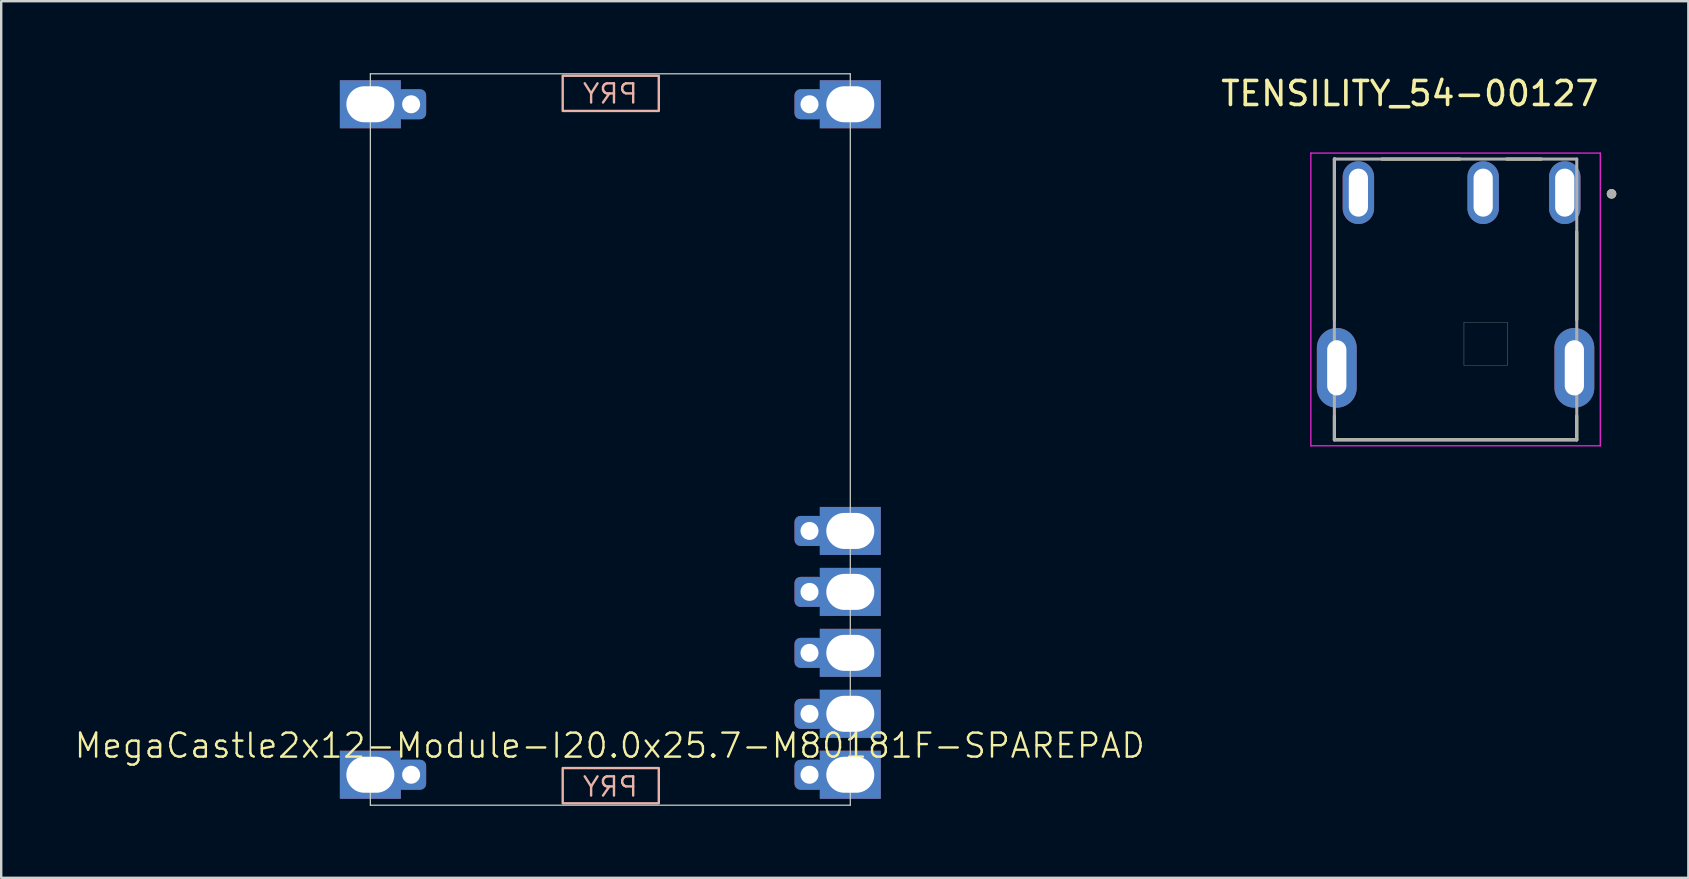
<source format=kicad_pcb>
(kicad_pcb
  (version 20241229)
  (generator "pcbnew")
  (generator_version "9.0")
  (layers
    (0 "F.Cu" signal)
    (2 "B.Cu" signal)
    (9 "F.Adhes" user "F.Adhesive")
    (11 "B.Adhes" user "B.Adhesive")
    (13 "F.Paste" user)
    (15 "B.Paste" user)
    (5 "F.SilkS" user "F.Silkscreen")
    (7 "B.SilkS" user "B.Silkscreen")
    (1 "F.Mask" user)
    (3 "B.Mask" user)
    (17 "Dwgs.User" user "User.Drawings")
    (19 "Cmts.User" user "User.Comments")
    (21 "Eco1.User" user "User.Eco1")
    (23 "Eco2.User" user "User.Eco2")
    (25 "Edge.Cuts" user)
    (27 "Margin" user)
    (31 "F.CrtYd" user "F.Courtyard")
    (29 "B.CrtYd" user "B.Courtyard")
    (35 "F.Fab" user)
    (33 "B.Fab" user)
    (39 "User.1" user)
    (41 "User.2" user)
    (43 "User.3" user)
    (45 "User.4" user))
  (footprint "MegaCastle2x12-Module-I20.0x25.7-M80181F-SPAREPAD"
    (layer "F.Cu")
    (at 22.383 15.265)
    (property "Reference" "MegaCastle2x12-Module-I20.0x25.7-M80181F-SPAREPAD" (at -0.023 12.757 0) (unlocked yes) (layer "F.SilkS") (effects (font (size 1 1) (thickness 0.1))))
    (attr smd)
    (fp_rect (start -1.984 -13.691) (end 2.02 -15.16) (stroke (width 0.1) (type default)) (fill no) (layer "B.SilkS"))
    (fp_rect (start -1.984 13.691) (end 2.02 15.16) (stroke (width 0.1) (type default)) (fill no) (layer "B.SilkS"))
    (fp_line (start -10 -15.24) (end -10 15.24) (stroke (width 0.05) (type default)) (layer "Edge.Cuts"))
    (fp_line (start -10 -15.24) (end 10 -15.24) (stroke (width 0.05) (type default)) (layer "Edge.Cuts"))
    (fp_line (start -10 15.24) (end 10 15.24) (stroke (width 0.05) (type default)) (layer "Edge.Cuts"))
    (fp_line (start 10 -15.24) (end 10 15.24) (stroke (width 0.05) (type default)) (layer "Edge.Cuts"))
    (fp_text user "PRY" (at 0 -13.94 0) (unlocked yes) (layer "B.SilkS") (effects (font (size 0.8 0.8) (thickness 0.1)) (justify bottom mirror)))
    (fp_text user "PRY" (at 0 14.94 0) (unlocked yes) (layer "B.SilkS") (effects (font (size 0.8 0.8) (thickness 0.1)) (justify bottom mirror)))
    (pad "1" thru_hole rect (at -10 -13.97) (size 2.54 2) (drill oval 2 1.5) (property pad_prop_castellated) (layers "*.Cu" "*.Mask"))
    (pad "1" thru_hole roundrect (at -8.3 -13.97 180) (size 1.25 1.25) (drill 0.75) (layers "*.Cu" "*.Mask") (roundrect_rratio 0.2))
    (pad "12" thru_hole rect (at -10 13.97) (size 2.54 2) (drill oval 2 1.5) (property pad_prop_castellated) (layers "*.Cu" "*.Mask"))
    (pad "12" thru_hole roundrect (at -8.3 13.97 180) (size 1.25 1.25) (drill 0.75) (layers "*.Cu" "*.Mask") (roundrect_rratio 0.2))
    (pad "13" thru_hole roundrect (at 8.3 -13.97 180) (size 1.25 1.25) (drill 0.75) (layers "*.Cu" "*.Mask") (roundrect_rratio 0.2))
    (pad "13" thru_hole rect (at 10 -13.97) (size 2.54 2) (drill oval 2 1.5) (property pad_prop_castellated) (layers "*.Cu" "*.Mask"))
    (pad "20" thru_hole roundrect (at 8.3 3.81 180) (size 1.25 1.25) (drill 0.75) (layers "*.Cu" "*.Mask") (roundrect_rratio 0.2))
    (pad "20" thru_hole rect (at 10 3.81) (size 2.54 2) (drill oval 2 1.5) (property pad_prop_castellated) (layers "*.Cu" "*.Mask"))
    (pad "21" thru_hole roundrect (at 8.3 6.35 180) (size 1.25 1.25) (drill 0.75) (layers "*.Cu" "*.Mask") (roundrect_rratio 0.2))
    (pad "21" thru_hole rect (at 10 6.35) (size 2.54 2) (drill oval 2 1.5) (property pad_prop_castellated) (layers "*.Cu" "*.Mask"))
    (pad "22" thru_hole roundrect (at 8.3 8.89 180) (size 1.25 1.25) (drill 0.75) (layers "*.Cu" "*.Mask") (roundrect_rratio 0.2))
    (pad "22" thru_hole rect (at 10 8.89) (size 2.54 2) (drill oval 2 1.5) (property pad_prop_castellated) (layers "*.Cu" "*.Mask"))
    (pad "23" thru_hole roundrect (at 8.3 11.43 180) (size 1.25 1.25) (drill 0.75) (layers "*.Cu" "*.Mask") (roundrect_rratio 0.2))
    (pad "23" thru_hole rect (at 10 11.43) (size 2.54 2) (drill oval 2 1.5) (property pad_prop_castellated) (layers "*.Cu" "*.Mask"))
    (pad "24" thru_hole roundrect (at 8.3 13.97 180) (size 1.25 1.25) (drill 0.75) (layers "*.Cu" "*.Mask") (roundrect_rratio 0.2))
    (pad "24" thru_hole rect (at 10 13.97) (size 2.54 2) (drill oval 2 1.5) (property pad_prop_castellated) (layers "*.Cu" "*.Mask"))
    (zone (net_name "") (layer "B.Cu") (hatch edge 0.5) (connect_pads) (min_thickness 0.25) (filled_areas_thickness no) (keepout (tracks allowed) (vias allowed) (pads allowed) (copperpour allowed) (footprints not_allowed)) (placement (enabled no)) (fill) (polygon (pts (xy 12.383 0.025) (xy 12.383 2.425) (xy 32.383 2.425) (xy 32.383 0.025))))
    (zone (net_name "") (layer "B.Cu") (hatch edge 0.5) (connect_pads) (min_thickness 0.25) (filled_areas_thickness no) (keepout (tracks allowed) (vias allowed) (pads allowed) (copperpour allowed) (footprints not_allowed)) (placement (enabled no)) (fill) (polygon (pts (xy 12.383 30.505) (xy 12.383 28.105) (xy 32.383 28.105) (xy 32.383 30.505))))
    (zone (net_name "") (layer "B.Cu") (name "Upper Pry Zone") (hatch edge 0.5) (connect_pads) (min_thickness 0.25) (filled_areas_thickness no) (keepout (tracks not_allowed) (vias not_allowed) (pads not_allowed) (copperpour allowed) (footprints not_allowed)) (placement (enabled no)) (fill) (polygon (pts (xy 20.398 1.574) (xy 20.398 0.105) (xy 24.402 0.105) (xy 24.402 1.574))))
    (zone (net_name "") (layer "B.Cu") (name "Upper Pry Zone") (hatch edge 0.5) (connect_pads) (min_thickness 0.25) (filled_areas_thickness no) (keepout (tracks not_allowed) (vias not_allowed) (pads not_allowed) (copperpour allowed) (footprints not_allowed)) (placement (enabled no)) (fill) (polygon (pts (xy 20.398 28.956) (xy 20.398 30.425) (xy 24.402 30.425) (xy 24.402 28.956)))))
  (footprint "TENSILITY_54-00127"
    (layer "F.Cu")
    (at 57.606 12.278)
    (property "Reference" "TENSILITY_54-00127" (at -1.905 -11.43 0) (layer "F.SilkS") (effects (font (size 1 1) (thickness 0.15))))
    (attr through_hole)
    (fp_line (start -5.05 -8.7) (end -5.024 -8.7) (stroke (width 0.127) (type solid)) (layer "F.SilkS"))
    (fp_line (start -5.05 -2) (end -5.05 -8.7) (stroke (width 0.127) (type solid)) (layer "F.SilkS"))
    (fp_line (start -5.05 3) (end -5.05 2) (stroke (width 0.127) (type solid)) (layer "F.SilkS"))
    (fp_line (start -3.076 -8.7) (end 0.176 -8.7) (stroke (width 0.127) (type solid)) (layer "F.SilkS"))
    (fp_line (start 2.124 -8.7) (end 3.576 -8.7) (stroke (width 0.127) (type solid)) (layer "F.SilkS"))
    (fp_line (start 5.05 -5.672) (end 5.05 -2) (stroke (width 0.127) (type solid)) (layer "F.SilkS"))
    (fp_line (start 5.05 3) (end -5.05 3) (stroke (width 0.127) (type solid)) (layer "F.SilkS"))
    (fp_line (start 5.05 3) (end 5.05 2) (stroke (width 0.127) (type solid)) (layer "F.SilkS"))
    (fp_circle (center 6.5 -7.25) (end 6.6 -7.25) (stroke (width 0.2) (type solid)) (fill no) (layer "F.SilkS"))
    (fp_line (start 0.35 -1.9) (end 2.15 -1.9) (stroke (width 0.01) (type solid)) (layer "Edge.Cuts"))
    (fp_line (start 0.35 -0.1) (end 0.35 -1.9) (stroke (width 0.01) (type solid)) (layer "Edge.Cuts"))
    (fp_line (start 2.15 -1.9) (end 2.15 -0.1) (stroke (width 0.01) (type solid)) (layer "Edge.Cuts"))
    (fp_line (start 2.15 -0.1) (end 0.35 -0.1) (stroke (width 0.01) (type solid)) (layer "Edge.Cuts"))
    (fp_line (start -6.03 -8.95) (end -6.03 3.25) (stroke (width 0.05) (type solid)) (layer "F.CrtYd"))
    (fp_line (start -6.03 3.25) (end 6.03 3.25) (stroke (width 0.05) (type solid)) (layer "F.CrtYd"))
    (fp_line (start 6.03 -8.95) (end -6.03 -8.95) (stroke (width 0.05) (type solid)) (layer "F.CrtYd"))
    (fp_line (start 6.03 3.25) (end 6.03 -8.95) (stroke (width 0.05) (type solid)) (layer "F.CrtYd"))
    (fp_line (start -5.05 -8.7) (end 5.05 -8.7) (stroke (width 0.127) (type solid)) (layer "F.Fab"))
    (fp_line (start -5.05 3) (end -5.05 -8.7) (stroke (width 0.127) (type solid)) (layer "F.Fab"))
    (fp_line (start 5.05 -8.7) (end 5.05 3) (stroke (width 0.127) (type solid)) (layer "F.Fab"))
    (fp_line (start 5.05 3) (end -5.05 3) (stroke (width 0.127) (type solid)) (layer "F.Fab"))
    (fp_circle (center 6.5 -7.25) (end 6.6 -7.25) (stroke (width 0.2) (type solid)) (fill no) (layer "F.Fab"))
    (pad "A" thru_hole oval (at 4.55 -7.3) (size 1.308 2.616) (drill oval 0.8 2) (layers "*.Cu" "*.Mask"))
    (pad "B" thru_hole oval (at -4.05 -7.3) (size 1.308 2.616) (drill oval 0.8 2) (layers "*.Cu" "*.Mask"))
    (pad "C" thru_hole oval (at 1.15 -7.3) (size 1.308 2.616) (drill oval 0.8 2) (layers "*.Cu" "*.Mask"))
    (pad "SH1" thru_hole oval (at -4.95 0) (size 1.66 3.32) (drill oval 0.8 2.3) (layers "*.Cu" "*.Mask"))
    (pad "SH2" thru_hole oval (at 4.95 0) (size 1.66 3.32) (drill oval 0.8 2.3) (layers "*.Cu" "*.Mask")))
  (gr_rect
    (start -3 -3)
    (end 67.306 33.53)
    (stroke (width 0.1) (type default))
    (fill no)
    (layer "Edge.Cuts")))
</source>
